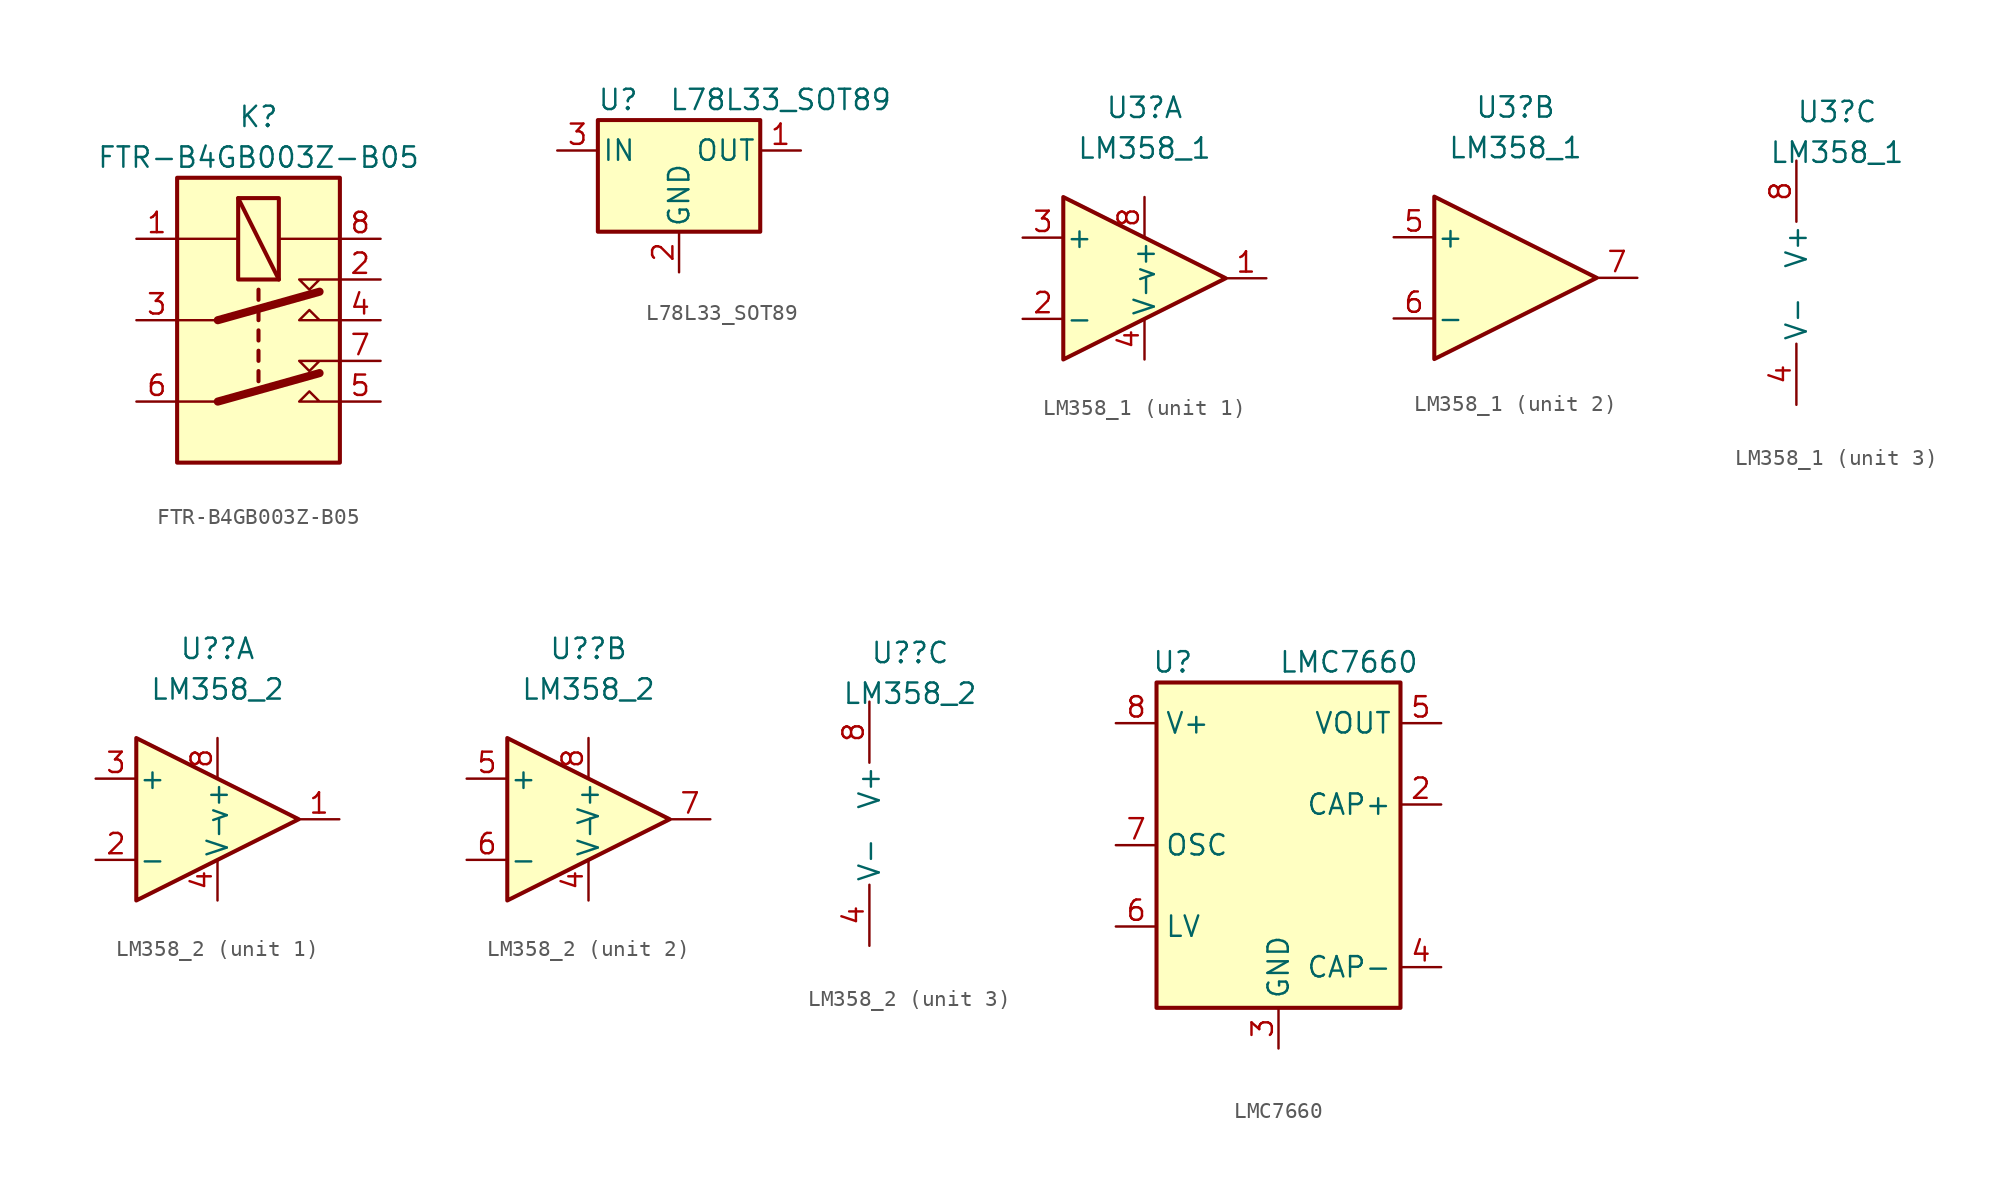
<source format=kicad_sym>
(kicad_symbol_lib
  (version 20231120)
  (generator "kicad_symbol_editor")
  (generator_version "8.0")
  (symbol "FTR-B4GB003Z-B05"
    (property "Reference" "K"
      (at 0 12.7 0)
      (effects (font (size 1.27 1.27))))
    (property "Value" "FTR-B4GB003Z-B05"
      (at 0 10.16 0)
      (effects (font (size 1.27 1.27))))
    (symbol "FTR-B4GB003Z-B05_0_1"
      (rectangle (start -1.27 7.62) (end 1.27 2.54) (stroke (width 0.254) (type default)) (fill (type none)))
      (polyline (pts (xy -1.27 7.62) (xy 1.27 2.54)) (stroke (width 0.254) (type default)) (fill (type none)))
      (polyline (pts (xy 5.08 -2.54) (xy 2.54 -2.54) (xy 3.175 -3.175) (xy 3.81 -2.54)) (stroke (width 0) (type default)) (fill (type none)))
      (polyline (pts (xy 5.08 2.54) (xy 2.54 2.54) (xy 3.175 1.905) (xy 3.81 2.54)) (stroke (width 0) (type default)) (fill (type none))))
    (symbol "FTR-B4GB003Z-B05_1_1"
      (polyline (pts (xy -2.54 -5.08) (xy -5.08 -5.08)) (stroke (width 0) (type default)) (fill (type none)))
      (polyline (pts (xy -2.54 -5.08) (xy 3.81 -3.302)) (stroke (width 0.508) (type default)) (fill (type none)))
      (polyline (pts (xy -2.54 0) (xy -5.08 0)) (stroke (width 0) (type default)) (fill (type none)))
      (polyline (pts (xy -2.54 0) (xy 3.81 1.778)) (stroke (width 0.508) (type default)) (fill (type none)))
      (polyline (pts (xy 0 -3.175) (xy 0 -3.81)) (stroke (width 0.254) (type default)) (fill (type none)))
      (polyline (pts (xy 0 -1.905) (xy 0 -2.54)) (stroke (width 0.254) (type default)) (fill (type none)))
      (polyline (pts (xy 0 -0.635) (xy 0 -1.27)) (stroke (width 0.254) (type default)) (fill (type none)))
      (polyline (pts (xy 0 0.635) (xy 0 0)) (stroke (width 0.254) (type default)) (fill (type none)))
      (polyline (pts (xy 0 1.905) (xy 0 1.27)) (stroke (width 0.254) (type default)) (fill (type none)))
      (polyline (pts (xy 5.08 5.08) (xy 1.27 5.08)) (stroke (width 0) (type default)) (fill (type none)))
      (polyline (pts (xy -5.08 5.08) (xy -1.27 5.08) (xy -1.524 5.08)) (stroke (width 0) (type default)) (fill (type none)))
      (polyline (pts (xy 5.08 -5.08) (xy 2.54 -5.08) (xy 3.175 -4.445) (xy 3.81 -5.08)) (stroke (width 0) (type default)) (fill (type none)))
      (polyline (pts (xy 5.08 0) (xy 2.54 0) (xy 3.175 0.635) (xy 3.81 0)) (stroke (width 0) (type default)) (fill (type none)))
      (rectangle (start 5.08 8.89) (end -5.08 -8.89) (stroke (width 0.254) (type default)) (fill (type background)))
      (pin passive line (at -7.62 5.08 0) (length 2.54) (name "~" (effects (font (size 1.27 1.27)))) (number "1" (effects (font (size 1.27 1.27)))))
      (pin passive line (at 7.62 2.54 180) (length 2.54) (name "~" (effects (font (size 1.27 1.27)))) (number "2" (effects (font (size 1.27 1.27)))))
      (pin passive line (at -7.62 0 0) (length 2.54) (name "~" (effects (font (size 1.27 1.27)))) (number "3" (effects (font (size 1.27 1.27)))))
      (pin passive line (at 7.62 0 180) (length 2.54) (name "~" (effects (font (size 1.27 1.27)))) (number "4" (effects (font (size 1.27 1.27)))))
      (pin passive line (at 7.62 -5.08 180) (length 2.54) (name "~" (effects (font (size 1.27 1.27)))) (number "5" (effects (font (size 1.27 1.27)))))
      (pin passive line (at -7.62 -5.08 0) (length 2.54) (name "~" (effects (font (size 1.27 1.27)))) (number "6" (effects (font (size 1.27 1.27)))))
      (pin passive line (at 7.62 -2.54 180) (length 2.54) (name "~" (effects (font (size 1.27 1.27)))) (number "7" (effects (font (size 1.27 1.27)))))
      (pin passive line (at 7.62 5.08 180) (length 2.54) (name "~" (effects (font (size 1.27 1.27)))) (number "8" (effects (font (size 1.27 1.27)))))))
  (symbol "L78L33_SOT89"
    (pin_names
      (offset 0.254))
    (property "Reference" "U"
      (at -3.81 3.175 0)
      (effects (font (size 1.27 1.27))))
    (property "Value" "L78L33_SOT89"
      (at -0.635 3.175 0)
      (effects (font (size 1.27 1.27)) (justify left)))
    (symbol "L78L33_SOT89_0_1"
      (rectangle (start -5.08 1.905) (end 5.08 -5.08) (stroke (width 0.254) (type default)) (fill (type background))))
    (symbol "L78L33_SOT89_1_1"
      (pin power_out line (at 7.62 0 180) (length 2.54) (name "OUT" (effects (font (size 1.27 1.27)))) (number "1" (effects (font (size 1.27 1.27)))))
      (pin power_in line (at 0 -7.62 90) (length 2.54) (name "GND" (effects (font (size 1.27 1.27)))) (number "2" (effects (font (size 1.27 1.27)))))
      (pin power_in line (at -7.62 0 0) (length 2.54) (name "IN" (effects (font (size 1.27 1.27)))) (number "3" (effects (font (size 1.27 1.27)))))))
  (symbol "LM358_1"
    (pin_names
      (offset 0.127))
    (property "Reference" "U3"
      (at 0 10.668 0)
      (effects (font (size 1.27 1.27))))
    (property "Value" "LM358_1"
      (at 0 8.128 0)
      (effects (font (size 1.27 1.27))))
    (property "ki_locked" ""
      (at 0 0 0)
      (effects (font (size 1.27 1.27))))
    (symbol "LM358_1_1_1"
      (polyline (pts (xy -5.08 5.08) (xy 5.08 0) (xy -5.08 -5.08) (xy -5.08 5.08)) (stroke (width 0.254) (type default)) (fill (type background)))
      (pin output line (at 7.62 0 180) (length 2.54) (name "~" (effects (font (size 1.27 1.27)))) (number "1" (effects (font (size 1.27 1.27)))))
      (pin input line (at -7.62 -2.54 0) (length 2.54) (name "-" (effects (font (size 1.27 1.27)))) (number "2" (effects (font (size 1.27 1.27)))))
      (pin input line (at -7.62 2.54 0) (length 2.54) (name "+" (effects (font (size 1.27 1.27)))) (number "3" (effects (font (size 1.27 1.27)))))
      (pin input line (at 0 -5.08 90) (length 2.54) (name "V-" (effects (font (size 1.27 1.27)))) (number "4" (effects (font (size 1.27 1.27)))))
      (pin input line (at 0 5.08 270) (length 2.54) (name "v+" (effects (font (size 1.27 1.27)))) (number "8" (effects (font (size 1.27 1.27))))))
    (symbol "LM358_1_2_1"
      (polyline (pts (xy -5.08 5.08) (xy 5.08 0) (xy -5.08 -5.08) (xy -5.08 5.08)) (stroke (width 0.254) (type default)) (fill (type background)))
      (pin input line (at -7.62 2.54 0) (length 2.54) (name "+" (effects (font (size 1.27 1.27)))) (number "5" (effects (font (size 1.27 1.27)))))
      (pin input line (at -7.62 -2.54 0) (length 2.54) (name "-" (effects (font (size 1.27 1.27)))) (number "6" (effects (font (size 1.27 1.27)))))
      (pin output line (at 7.62 0 180) (length 2.54) (name "~" (effects (font (size 1.27 1.27)))) (number "7" (effects (font (size 1.27 1.27))))))
    (symbol "LM358_1_3_1"
      (pin power_in line (at -2.54 -7.62 90) (length 3.81) (name "V-" (effects (font (size 1.27 1.27)))) (number "4" (effects (font (size 1.27 1.27)))))
      (pin power_in line (at -2.54 7.62 270) (length 3.81) (name "V+" (effects (font (size 1.27 1.27)))) (number "8" (effects (font (size 1.27 1.27)))))))
  (symbol "LM358_2"
    (pin_names
      (offset 0.127))
    (property "Reference" "U?"
      (at 0 10.668 0)
      (effects (font (size 1.27 1.27))))
    (property "Value" "LM358_2"
      (at 0 8.128 0)
      (effects (font (size 1.27 1.27))))
    (property "ki_locked" ""
      (at 0 0 0)
      (effects (font (size 1.27 1.27))))
    (symbol "LM358_2_1_1"
      (polyline (pts (xy -5.08 5.08) (xy 5.08 0) (xy -5.08 -5.08) (xy -5.08 5.08)) (stroke (width 0.254) (type default)) (fill (type background)))
      (pin output line (at 7.62 0 180) (length 2.54) (name "~" (effects (font (size 1.27 1.27)))) (number "1" (effects (font (size 1.27 1.27)))))
      (pin input line (at -7.62 -2.54 0) (length 2.54) (name "-" (effects (font (size 1.27 1.27)))) (number "2" (effects (font (size 1.27 1.27)))))
      (pin input line (at -7.62 2.54 0) (length 2.54) (name "+" (effects (font (size 1.27 1.27)))) (number "3" (effects (font (size 1.27 1.27)))))
      (pin input line (at 0 -5.08 90) (length 2.54) (name "V-" (effects (font (size 1.27 1.27)))) (number "4" (effects (font (size 1.27 1.27)))))
      (pin input line (at 0 5.08 270) (length 2.54) (name "v+" (effects (font (size 1.27 1.27)))) (number "8" (effects (font (size 1.27 1.27))))))
    (symbol "LM358_2_2_1"
      (polyline (pts (xy -5.08 5.08) (xy 5.08 0) (xy -5.08 -5.08) (xy -5.08 5.08)) (stroke (width 0.254) (type default)) (fill (type background)))
      (pin input line (at 0 -5.08 90) (length 2.54) (name "V-" (effects (font (size 1.27 1.27)))) (number "4" (effects (font (size 1.27 1.27)))))
      (pin input line (at -7.62 2.54 0) (length 2.54) (name "+" (effects (font (size 1.27 1.27)))) (number "5" (effects (font (size 1.27 1.27)))))
      (pin input line (at -7.62 -2.54 0) (length 2.54) (name "-" (effects (font (size 1.27 1.27)))) (number "6" (effects (font (size 1.27 1.27)))))
      (pin output line (at 7.62 0 180) (length 2.54) (name "~" (effects (font (size 1.27 1.27)))) (number "7" (effects (font (size 1.27 1.27)))))
      (pin input line (at 0 5.08 270) (length 2.54) (name "V+" (effects (font (size 1.27 1.27)))) (number "8" (effects (font (size 1.27 1.27))))))
    (symbol "LM358_2_3_1"
      (pin power_in line (at -2.54 -7.62 90) (length 3.81) (name "V-" (effects (font (size 1.27 1.27)))) (number "4" (effects (font (size 1.27 1.27)))))
      (pin power_in line (at -2.54 7.62 270) (length 3.81) (name "V+" (effects (font (size 1.27 1.27)))) (number "8" (effects (font (size 1.27 1.27)))))))
  (symbol "LMC7660"
    (property "Reference" "U"
      (at -6.604 11.43 0)
      (effects (font (size 1.27 1.27))))
    (property "Value" "LMC7660"
      (at 0 11.43 0)
      (effects (font (size 1.27 1.27)) (justify left)))
    (symbol "LMC7660_0_1"
      (rectangle (start -7.62 10.16) (end 7.62 -10.16) (stroke (width 0.254) (type default)) (fill (type background))))
    (symbol "LMC7660_1_1"
      (pin no_connect line (at -7.62 5.08 0) (length 2.54) hide (name "NC" (effects (font (size 1.27 1.27)))) (number "1" (effects (font (size 1.27 1.27)))))
      (pin input line (at 10.16 2.54 180) (length 2.54) (name "CAP+" (effects (font (size 1.27 1.27)))) (number "2" (effects (font (size 1.27 1.27)))))
      (pin power_in line (at 0 -12.7 90) (length 2.54) (name "GND" (effects (font (size 1.27 1.27)))) (number "3" (effects (font (size 1.27 1.27)))))
      (pin input line (at 10.16 -7.62 180) (length 2.54) (name "CAP-" (effects (font (size 1.27 1.27)))) (number "4" (effects (font (size 1.27 1.27)))))
      (pin power_out line (at 10.16 7.62 180) (length 2.54) (name "VOUT" (effects (font (size 1.27 1.27)))) (number "5" (effects (font (size 1.27 1.27)))))
      (pin input line (at -10.16 -5.08 0) (length 2.54) (name "LV" (effects (font (size 1.27 1.27)))) (number "6" (effects (font (size 1.27 1.27)))))
      (pin input line (at -10.16 0 0) (length 2.54) (name "OSC" (effects (font (size 1.27 1.27)))) (number "7" (effects (font (size 1.27 1.27)))))
      (pin power_in line (at -10.16 7.62 0) (length 2.54) (name "V+" (effects (font (size 1.27 1.27)))) (number "8" (effects (font (size 1.27 1.27))))))))
</source>
